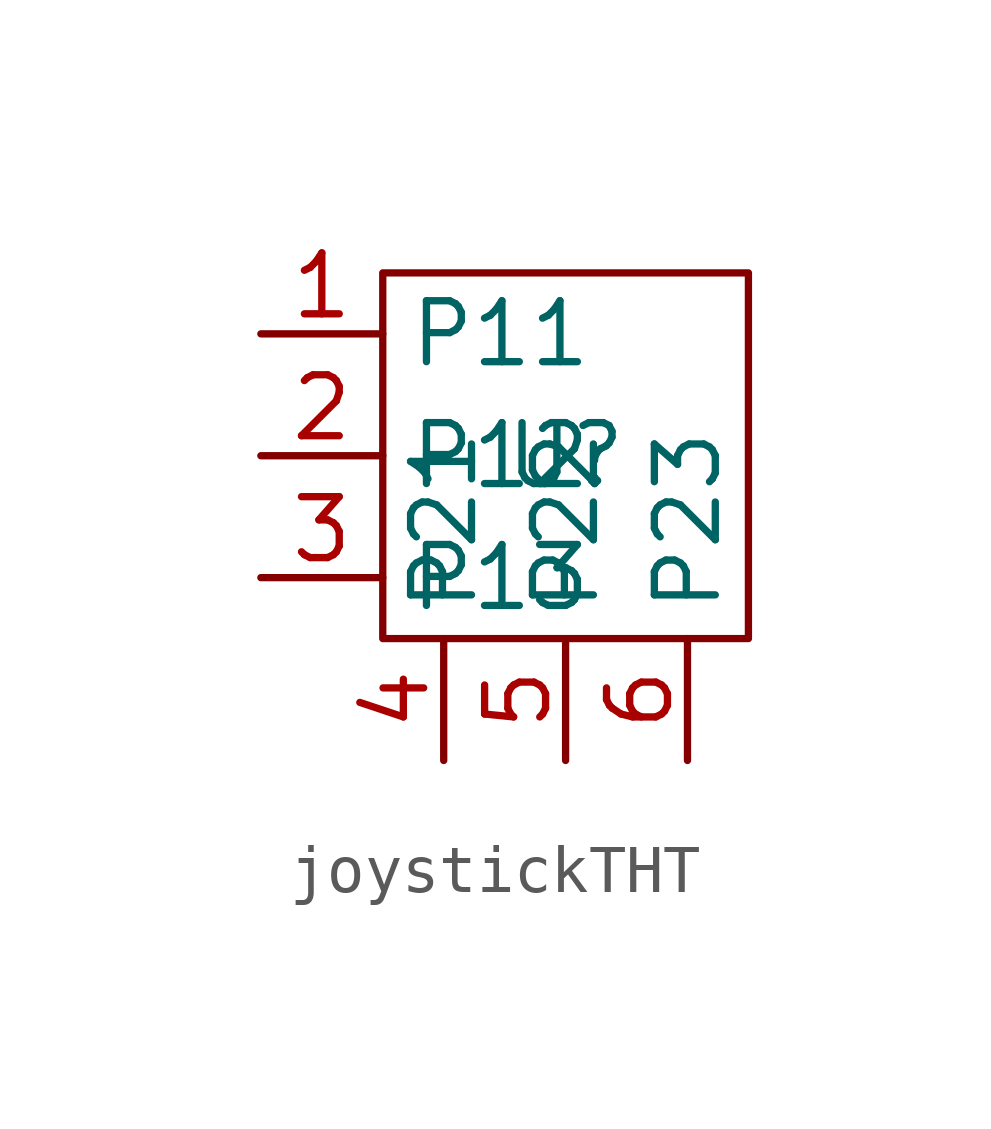
<source format=kicad_sym>
(kicad_symbol_lib
  (version 20220914)
  (generator kicad_symbol_editor)
  (symbol "joystickTHT"
    (property "Reference" "U"
      (at 0 0 0)
      (effects (font (size 1.27 1.27))))
    (property "Value" ""
      (at 0 0 0)
      (effects (font (size 1.27 1.27))))
    (symbol "joystickTHT_0_1"
      (rectangle (start -3.81 3.81) (end 3.81 -3.81) (stroke (width 0) (type default)) (fill (type none))))
    (symbol "joystickTHT_1_1"
      (pin input line (at -6.35 2.54 0) (length 2.54) (name "P11" (effects (font (size 1.27 1.27)))) (number "1" (effects (font (size 1.27 1.27)))))
      (pin input line (at -6.35 0 0) (length 2.54) (name "P12" (effects (font (size 1.27 1.27)))) (number "2" (effects (font (size 1.27 1.27)))))
      (pin input line (at -6.35 -2.54 0) (length 2.54) (name "P13" (effects (font (size 1.27 1.27)))) (number "3" (effects (font (size 1.27 1.27)))))
      (pin input line (at -2.54 -6.35 90) (length 2.54) (name "P21" (effects (font (size 1.27 1.27)))) (number "4" (effects (font (size 1.27 1.27)))))
      (pin input line (at 0 -6.35 90) (length 2.54) (name "P22" (effects (font (size 1.27 1.27)))) (number "5" (effects (font (size 1.27 1.27)))))
      (pin input line (at 2.54 -6.35 90) (length 2.54) (name "P23" (effects (font (size 1.27 1.27)))) (number "6" (effects (font (size 1.27 1.27))))))))
</source>
